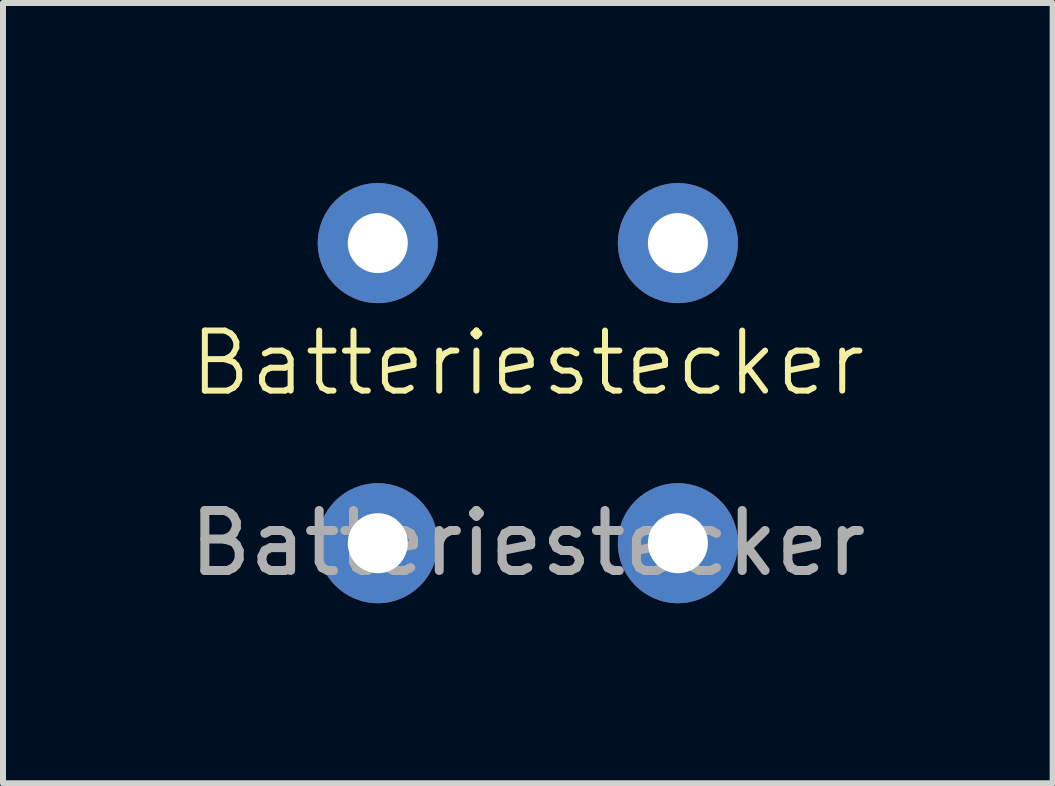
<source format=kicad_pcb>
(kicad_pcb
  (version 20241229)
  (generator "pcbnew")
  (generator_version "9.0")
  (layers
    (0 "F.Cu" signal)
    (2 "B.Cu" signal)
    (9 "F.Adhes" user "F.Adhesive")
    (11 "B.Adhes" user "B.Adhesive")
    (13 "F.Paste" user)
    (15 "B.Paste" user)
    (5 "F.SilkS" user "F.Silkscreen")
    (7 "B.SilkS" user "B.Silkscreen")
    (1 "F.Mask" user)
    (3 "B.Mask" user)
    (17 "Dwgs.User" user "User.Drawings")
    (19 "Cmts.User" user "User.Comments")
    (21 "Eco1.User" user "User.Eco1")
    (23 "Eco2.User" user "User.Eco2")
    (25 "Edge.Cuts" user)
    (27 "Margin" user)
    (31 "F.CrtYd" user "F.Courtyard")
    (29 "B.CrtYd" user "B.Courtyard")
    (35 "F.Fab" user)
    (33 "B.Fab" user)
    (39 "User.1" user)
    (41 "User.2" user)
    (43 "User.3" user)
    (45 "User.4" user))
  (footprint "Batteriestecker"
    (layer "F.Cu")
    (at 5.744 3.5)
    (property "Reference" "Batteriestecker" (at 0 -0.5 0) (unlocked yes) (layer "F.SilkS") (effects (font (size 1 1) (thickness 0.1))))
    (attr through_hole)
    (fp_text user "${REFERENCE}" (at 0 2.5 0) (unlocked yes) (layer "F.Fab") (effects (font (size 1 1) (thickness 0.15))))
    (pad "1" thru_hole circle (at -2.5 -2.5) (size 2 2) (drill 1) (layers "*.Cu" "*.Mask"))
    (pad "1" thru_hole circle (at 2.5 -2.5) (size 2 2) (drill 1) (layers "*.Cu" "*.Mask"))
    (pad "2" thru_hole circle (at -2.5 2.5) (size 2 2) (drill 1) (layers "*.Cu" "*.Mask"))
    (pad "2" thru_hole circle (at 2.5 2.5) (size 2 2) (drill 1) (layers "*.Cu" "*.Mask")))
  (gr_rect
    (start -3 -3)
    (end 14.488 10)
    (stroke (width 0.1) (type default))
    (fill no)
    (layer "Edge.Cuts")))
</source>
